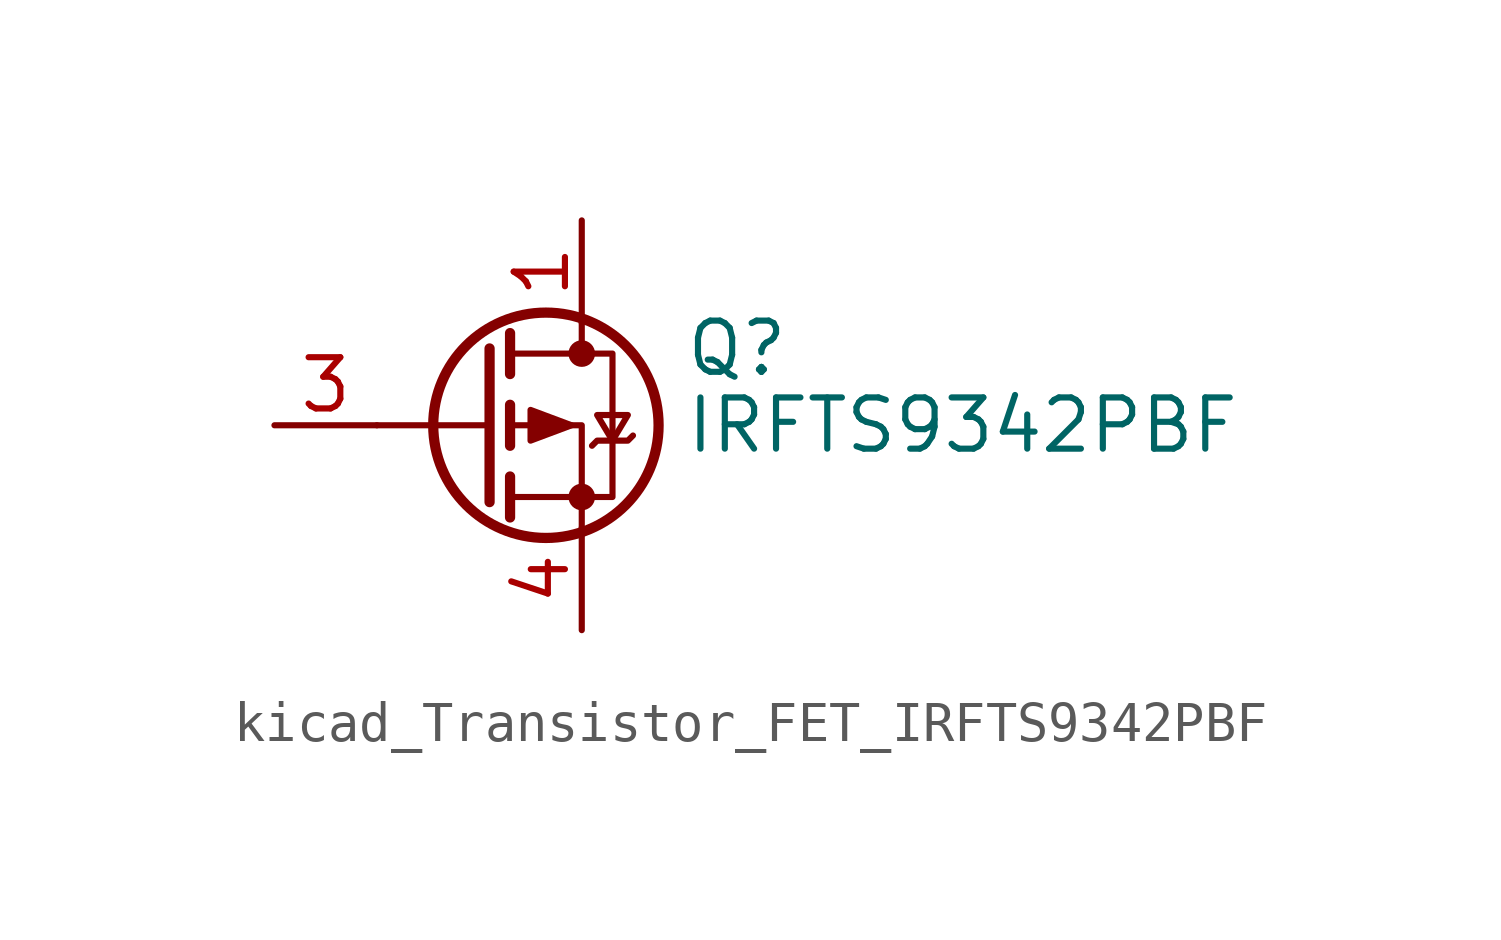
<source format=kicad_sym>
(kicad_symbol_lib
  (version 20220914)
  (generator kicad_symbol_editor)
  (symbol "kicad_Transistor_FET_IRFTS9342PBF"
    (pin_names hide)
    (property "Reference" "Q"
      (at 5.08 1.905 0)
      (effects (font (size 1.27 1.27)) (justify left)))
    (property "Value" "IRFTS9342PBF"
      (at 5.08 0 0)
      (effects (font (size 1.27 1.27)) (justify left)))
    (symbol "kicad_Transistor_FET_IRFTS9342PBF_0_1"
      (polyline (pts (xy 0.254 0) (xy -2.54 0)) (stroke (width 0) (type default)) (fill (type none)))
      (polyline (pts (xy 0.254 1.905) (xy 0.254 -1.905)) (stroke (width 0.254) (type default)) (fill (type none)))
      (polyline (pts (xy 0.762 -1.27) (xy 0.762 -2.286)) (stroke (width 0.254) (type default)) (fill (type none)))
      (polyline (pts (xy 0.762 0.508) (xy 0.762 -0.508)) (stroke (width 0.254) (type default)) (fill (type none)))
      (polyline (pts (xy 0.762 2.286) (xy 0.762 1.27)) (stroke (width 0.254) (type default)) (fill (type none)))
      (polyline (pts (xy 2.54 2.54) (xy 2.54 1.778)) (stroke (width 0) (type default)) (fill (type none)))
      (polyline (pts (xy 2.54 -2.54) (xy 2.54 0) (xy 0.762 0)) (stroke (width 0) (type default)) (fill (type none)))
      (polyline (pts (xy 0.762 1.778) (xy 3.302 1.778) (xy 3.302 -1.778) (xy 0.762 -1.778)) (stroke (width 0) (type default)) (fill (type none)))
      (polyline (pts (xy 2.286 0) (xy 1.27 0.381) (xy 1.27 -0.381) (xy 2.286 0)) (stroke (width 0) (type default)) (fill (type outline)))
      (polyline (pts (xy 2.794 -0.508) (xy 2.921 -0.381) (xy 3.683 -0.381) (xy 3.81 -0.254)) (stroke (width 0) (type default)) (fill (type none)))
      (polyline (pts (xy 3.302 -0.381) (xy 2.921 0.254) (xy 3.683 0.254) (xy 3.302 -0.381)) (stroke (width 0) (type default)) (fill (type none)))
      (circle (center 1.651 0) (radius 2.794) (stroke (width 0.254) (type default)) (fill (type none)))
      (circle (center 2.54 -1.778) (radius 0.254) (stroke (width 0) (type default)) (fill (type outline)))
      (circle (center 2.54 1.778) (radius 0.254) (stroke (width 0) (type default)) (fill (type outline))))
    (symbol "kicad_Transistor_FET_IRFTS9342PBF_1_1"
      (pin passive line (at 2.54 5.08 270) (length 2.54) (name "D" (effects (font (size 1.27 1.27)))) (number "1" (effects (font (size 1.27 1.27)))))
      (pin passive line (at 2.54 5.08 270) (length 2.54) hide (name "D" (effects (font (size 1.27 1.27)))) (number "2" (effects (font (size 1.27 1.27)))))
      (pin input line (at -5.08 0 0) (length 2.54) (name "G" (effects (font (size 1.27 1.27)))) (number "3" (effects (font (size 1.27 1.27)))))
      (pin passive line (at 2.54 -5.08 90) (length 2.54) (name "S" (effects (font (size 1.27 1.27)))) (number "4" (effects (font (size 1.27 1.27)))))
      (pin passive line (at 2.54 5.08 270) (length 2.54) hide (name "D" (effects (font (size 1.27 1.27)))) (number "5" (effects (font (size 1.27 1.27)))))
      (pin passive line (at 2.54 5.08 270) (length 2.54) hide (name "D" (effects (font (size 1.27 1.27)))) (number "6" (effects (font (size 1.27 1.27))))))))
</source>
